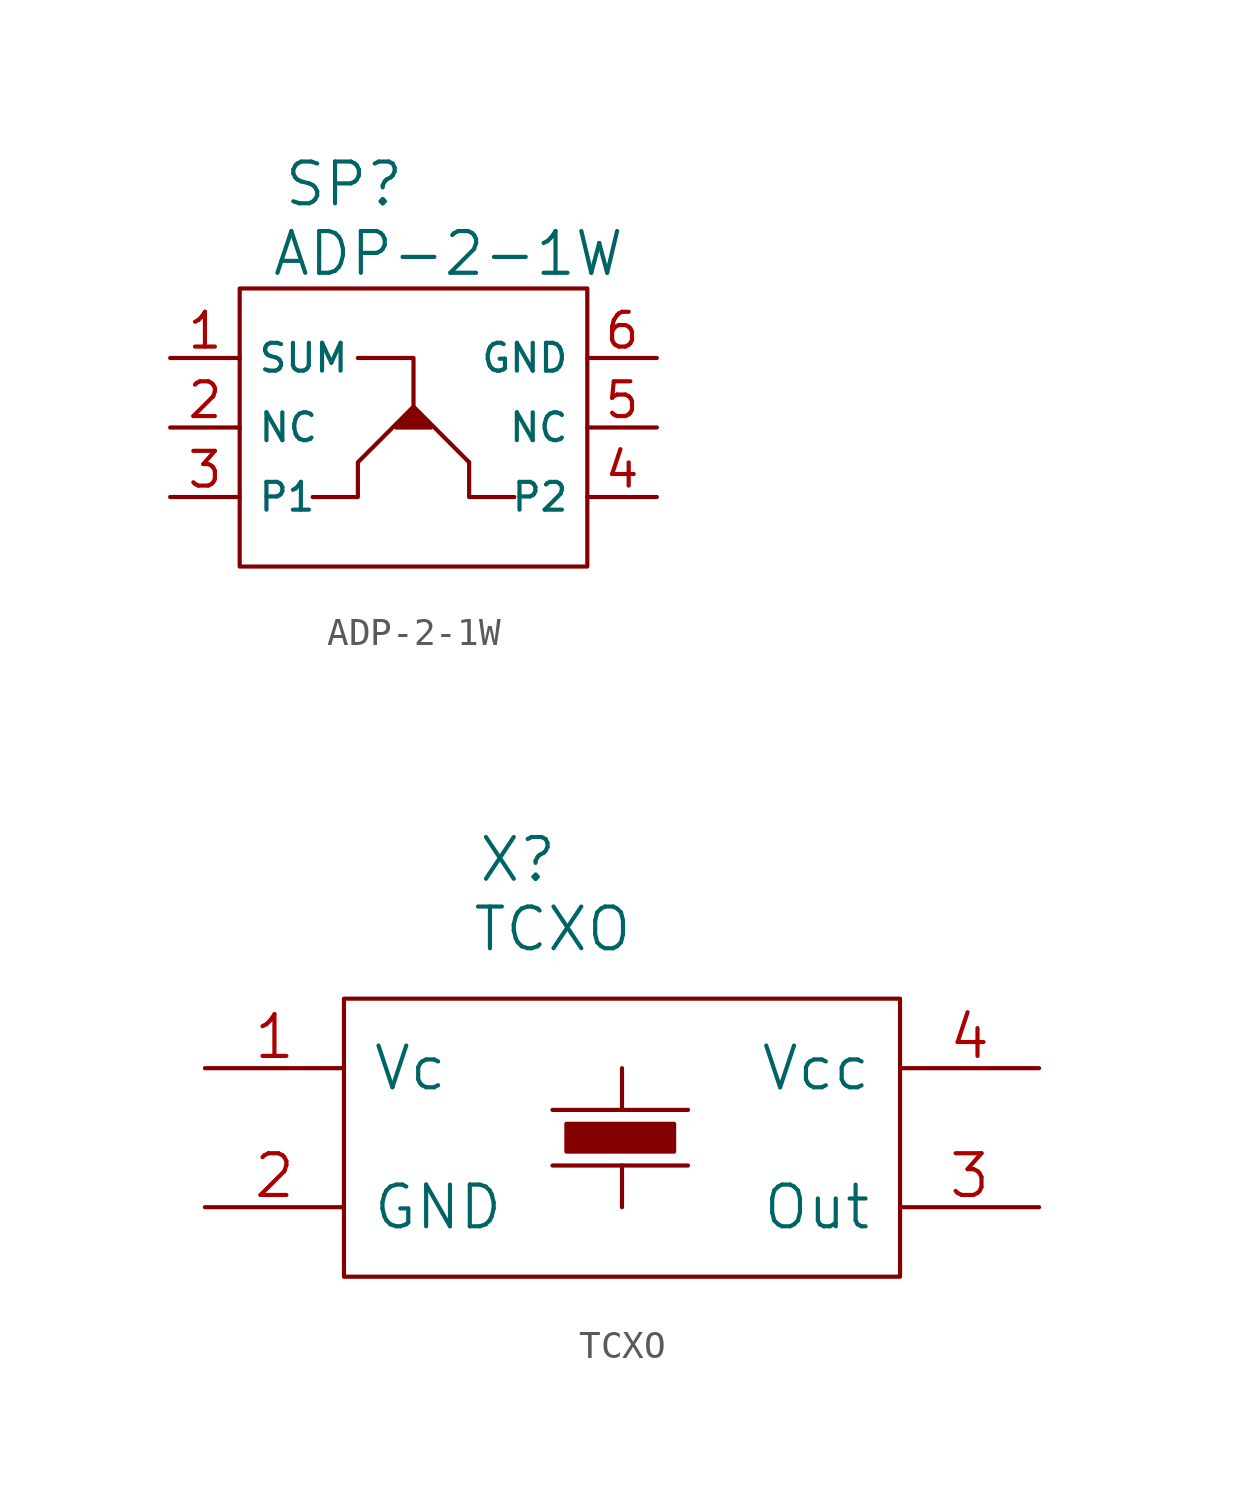
<source format=kicad_sym>
(kicad_symbol_lib
  (version 20211014)
  (generator kicad_symbol_editor)
  (symbol "ADP-2-1W"
    (pin_names
      (offset 0.635))
    (property "Reference" "SP"
      (at -2.54 8.89 0)
      (effects (font (size 1.524 1.524))))
    (property "Value" "ADP-2-1W"
      (at 1.27 6.35 0)
      (effects (font (size 1.524 1.524))))
    (property "Footprint" ""
      (at 0 0 0)
      (effects (font (size 1.524 1.524))))
    (property "Datasheet" ""
      (at 0 0 0)
      (effects (font (size 1.524 1.524))))
    (symbol "ADP-2-1W_0_1"
      (rectangle (start -6.35 5.08) (end 6.35 -5.08) (stroke (width 0) (type default) (color 0 0 0 0)) (fill (type none)))
      (polyline (pts (xy 0 0.762) (xy 2.032 -1.27)) (stroke (width 0) (type default) (color 0 0 0 0)) (fill (type none)))
      (polyline (pts (xy 2.032 -1.27) (xy 2.032 -2.54) (xy 3.683 -2.54)) (stroke (width 0) (type default) (color 0 0 0 0)) (fill (type none)))
      (polyline (pts (xy 0 0.635) (xy -0.635 0) (xy 0.635 0) (xy 0 0.635)) (stroke (width 0) (type default) (color 0 0 0 0)) (fill (type outline)))
      (polyline (pts (xy -2.032 2.54) (xy 0 2.54) (xy 0 0.762) (xy -2.032 -1.27) (xy -2.032 -2.54) (xy -3.683 -2.54)) (stroke (width 0) (type default) (color 0 0 0 0)) (fill (type none))))
    (symbol "ADP-2-1W_1_1"
      (pin input line (at -8.89 2.54 0) (length 2.54) (name "SUM" (effects (font (size 1.016 1.016)))) (number "1" (effects (font (size 1.27 1.27)))))
      (pin input line (at -8.89 0 0) (length 2.54) (name "NC" (effects (font (size 1.016 1.016)))) (number "2" (effects (font (size 1.27 1.27)))))
      (pin input line (at -8.89 -2.54 0) (length 2.54) (name "P1" (effects (font (size 1.016 1.016)))) (number "3" (effects (font (size 1.27 1.27)))))
      (pin input line (at 8.89 -2.54 180) (length 2.54) (name "P2" (effects (font (size 1.016 1.016)))) (number "4" (effects (font (size 1.27 1.27)))))
      (pin input line (at 8.89 0 180) (length 2.54) (name "NC" (effects (font (size 1.016 1.016)))) (number "5" (effects (font (size 1.27 1.27)))))
      (pin input line (at 8.89 2.54 180) (length 2.54) (name "GND" (effects (font (size 1.016 1.016)))) (number "6" (effects (font (size 1.27 1.27)))))))
  (symbol "TCXO"
    (pin_names
      (offset 1.016))
    (property "Reference" "X"
      (at -3.81 10.16 0)
      (effects (font (size 1.524 1.524))))
    (property "Value" "TCXO"
      (at -2.54 7.62 0)
      (effects (font (size 1.524 1.524))))
    (property "Footprint" ""
      (at -2.54 -1.143 0)
      (effects (font (size 1.524 1.524))))
    (property "Datasheet" ""
      (at -2.54 -1.143 0)
      (effects (font (size 1.524 1.524))))
    (symbol "TCXO_0_1"
      (rectangle (start -10.16 5.08) (end 10.16 -5.08) (stroke (width 0) (type default) (color 0 0 0 0)) (fill (type none)))
      (rectangle (start -2.032 0.508) (end 1.905 -0.508) (stroke (width 0) (type default) (color 0 0 0 0)) (fill (type outline)))
      (polyline (pts (xy 0 -1.016) (xy 0 -2.54)) (stroke (width 0) (type default) (color 0 0 0 0)) (fill (type none)))
      (polyline (pts (xy 0 1.016) (xy 0 2.54)) (stroke (width 0) (type default) (color 0 0 0 0)) (fill (type none)))
      (polyline (pts (xy 2.413 -1.016) (xy -2.54 -1.016)) (stroke (width 0) (type default) (color 0 0 0 0)) (fill (type none)))
      (polyline (pts (xy 2.413 1.016) (xy -2.54 1.016)) (stroke (width 0) (type default) (color 0 0 0 0)) (fill (type none))))
    (symbol "TCXO_1_1"
      (pin input line (at -15.24 2.54 0) (length 5.08) (name "Vc" (effects (font (size 1.524 1.524)))) (number "1" (effects (font (size 1.524 1.524)))))
      (pin input line (at -15.24 -2.54 0) (length 5.08) (name "GND" (effects (font (size 1.524 1.524)))) (number "2" (effects (font (size 1.524 1.524)))))
      (pin input line (at 15.24 -2.54 180) (length 5.08) (name "Out" (effects (font (size 1.524 1.524)))) (number "3" (effects (font (size 1.524 1.524)))))
      (pin input line (at 15.24 2.54 180) (length 5.08) (name "Vcc" (effects (font (size 1.524 1.524)))) (number "4" (effects (font (size 1.524 1.524))))))))
</source>
